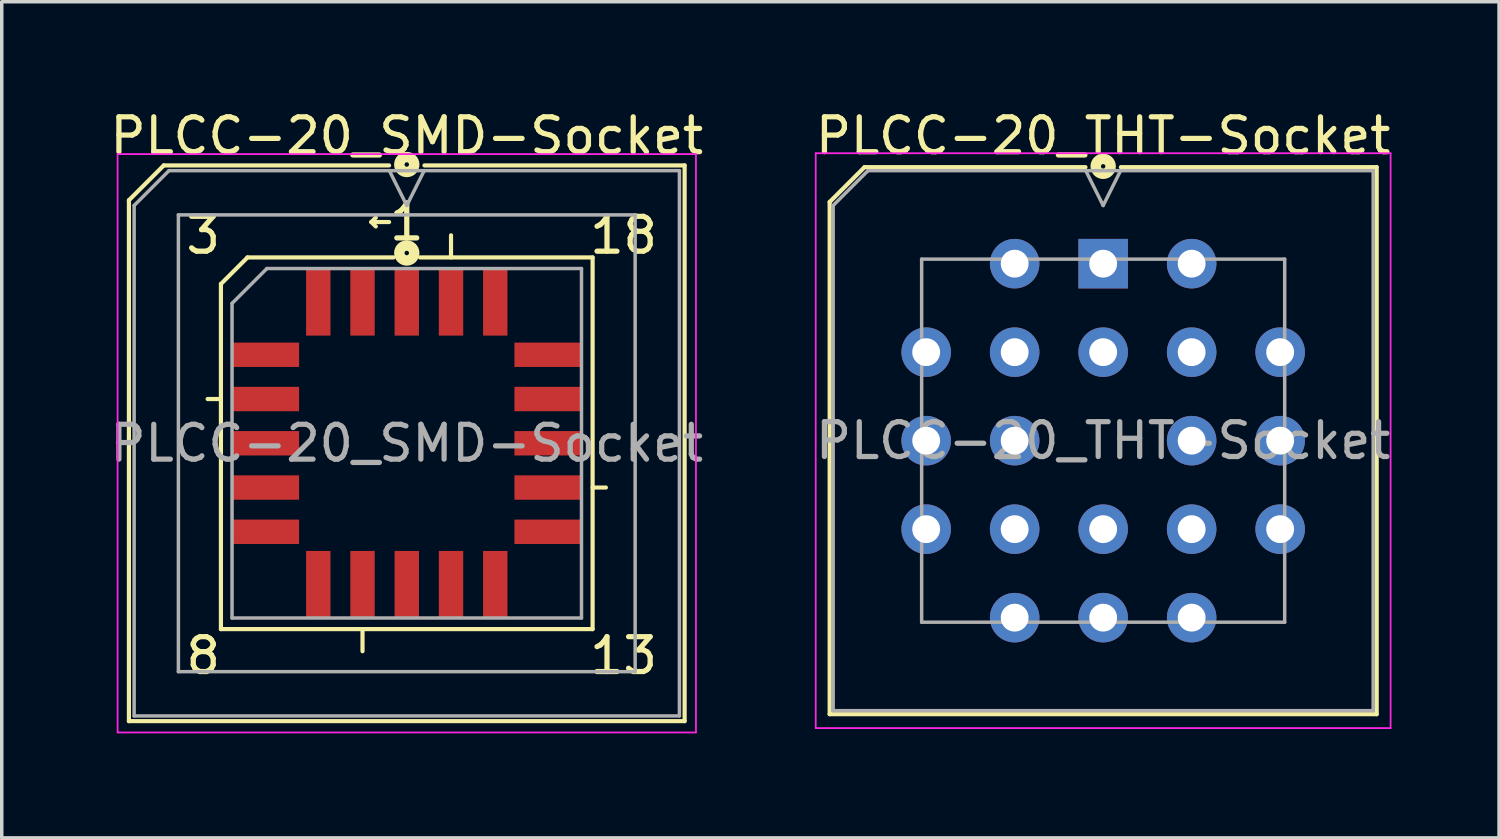
<source format=kicad_pcb>
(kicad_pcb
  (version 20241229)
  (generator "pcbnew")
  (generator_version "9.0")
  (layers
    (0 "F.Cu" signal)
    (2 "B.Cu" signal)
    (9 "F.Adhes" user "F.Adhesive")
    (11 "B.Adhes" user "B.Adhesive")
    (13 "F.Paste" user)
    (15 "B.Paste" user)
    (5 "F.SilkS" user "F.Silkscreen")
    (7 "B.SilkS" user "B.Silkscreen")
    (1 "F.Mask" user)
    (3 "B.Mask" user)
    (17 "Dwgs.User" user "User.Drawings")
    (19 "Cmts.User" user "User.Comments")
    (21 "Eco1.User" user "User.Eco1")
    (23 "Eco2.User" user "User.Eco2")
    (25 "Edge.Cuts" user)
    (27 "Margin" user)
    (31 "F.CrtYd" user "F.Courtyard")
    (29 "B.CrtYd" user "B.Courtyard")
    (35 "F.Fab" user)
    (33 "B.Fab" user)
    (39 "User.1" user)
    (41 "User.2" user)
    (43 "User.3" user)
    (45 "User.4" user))
  (footprint "PLCC-20_THT-Socket"
    (layer "F.Cu")
    (at 28.613 4.518)
    (property "Reference" "PLCC-20_THT-Socket" (at 0 -3.67 0) (layer "F.SilkS") (effects (font (size 1 1) (thickness 0.15))))
    (attr through_hole)
    (fp_line (start -7.85 -1.77) (end -7.85 12.93) (stroke (width 0.12) (type solid)) (layer "F.SilkS"))
    (fp_line (start -7.85 12.93) (end 7.85 12.93) (stroke (width 0.12) (type solid)) (layer "F.SilkS"))
    (fp_line (start -6.85 -2.77) (end -7.85 -1.77) (stroke (width 0.12) (type solid)) (layer "F.SilkS"))
    (fp_line (start -0.508 -2.77) (end -6.85 -2.77) (stroke (width 0.12) (type solid)) (layer "F.SilkS"))
    (fp_line (start 7.85 -2.77) (end 0.508 -2.77) (stroke (width 0.12) (type solid)) (layer "F.SilkS"))
    (fp_line (start 7.85 12.93) (end 7.85 -2.77) (stroke (width 0.12) (type solid)) (layer "F.SilkS"))
    (fp_circle (center 0 -2.794) (end 0.064 -2.794) (stroke (width 0.3) (type solid)) (fill no) (layer "F.SilkS"))
    (fp_line (start -8.25 -3.17) (end -8.25 13.33) (stroke (width 0.05) (type solid)) (layer "F.CrtYd"))
    (fp_line (start -8.25 13.33) (end 8.25 13.33) (stroke (width 0.05) (type solid)) (layer "F.CrtYd"))
    (fp_line (start 8.25 -3.17) (end -8.25 -3.17) (stroke (width 0.05) (type solid)) (layer "F.CrtYd"))
    (fp_line (start 8.25 13.33) (end 8.25 -3.17) (stroke (width 0.05) (type solid)) (layer "F.CrtYd"))
    (fp_line (start -7.75 -1.67) (end -7.75 12.83) (stroke (width 0.1) (type solid)) (layer "F.Fab"))
    (fp_line (start -7.75 12.83) (end 7.75 12.83) (stroke (width 0.1) (type solid)) (layer "F.Fab"))
    (fp_line (start -6.75 -2.67) (end -7.75 -1.67) (stroke (width 0.1) (type solid)) (layer "F.Fab"))
    (fp_line (start -5.21 -0.13) (end -5.21 10.29) (stroke (width 0.1) (type solid)) (layer "F.Fab"))
    (fp_line (start -5.21 10.29) (end 5.21 10.29) (stroke (width 0.1) (type solid)) (layer "F.Fab"))
    (fp_line (start -0.5 -2.67) (end 0 -1.67) (stroke (width 0.1) (type solid)) (layer "F.Fab"))
    (fp_line (start 0 -1.67) (end 0.5 -2.67) (stroke (width 0.1) (type solid)) (layer "F.Fab"))
    (fp_line (start 5.21 -0.13) (end -5.21 -0.13) (stroke (width 0.1) (type solid)) (layer "F.Fab"))
    (fp_line (start 5.21 10.29) (end 5.21 -0.13) (stroke (width 0.1) (type solid)) (layer "F.Fab"))
    (fp_line (start 7.75 -2.67) (end -6.75 -2.67) (stroke (width 0.1) (type solid)) (layer "F.Fab"))
    (fp_line (start 7.75 12.83) (end 7.75 -2.67) (stroke (width 0.1) (type solid)) (layer "F.Fab"))
    (fp_text user "${REFERENCE}" (at 0 5.08 0) (layer "F.Fab") (effects (font (size 1 1) (thickness 0.15))))
    (pad "1" thru_hole rect (at 0 0) (size 1.422 1.422) (drill 0.8) (layers "*.Cu" "*.Mask"))
    (pad "2" thru_hole circle (at 0 2.54) (size 1.422 1.422) (drill 0.8) (layers "*.Cu" "*.Mask"))
    (pad "3" thru_hole circle (at -2.54 0) (size 1.422 1.422) (drill 0.8) (layers "*.Cu" "*.Mask"))
    (pad "4" thru_hole circle (at -5.08 2.54) (size 1.422 1.422) (drill 0.8) (layers "*.Cu" "*.Mask"))
    (pad "5" thru_hole circle (at -2.54 2.54) (size 1.422 1.422) (drill 0.8) (layers "*.Cu" "*.Mask"))
    (pad "6" thru_hole circle (at -5.08 5.08) (size 1.422 1.422) (drill 0.8) (layers "*.Cu" "*.Mask"))
    (pad "7" thru_hole circle (at -2.54 5.08) (size 1.422 1.422) (drill 0.8) (layers "*.Cu" "*.Mask"))
    (pad "8" thru_hole circle (at -5.08 7.62) (size 1.422 1.422) (drill 0.8) (layers "*.Cu" "*.Mask"))
    (pad "9" thru_hole circle (at -2.54 10.16) (size 1.422 1.422) (drill 0.8) (layers "*.Cu" "*.Mask"))
    (pad "10" thru_hole circle (at -2.54 7.62) (size 1.422 1.422) (drill 0.8) (layers "*.Cu" "*.Mask"))
    (pad "11" thru_hole circle (at 0 10.16) (size 1.422 1.422) (drill 0.8) (layers "*.Cu" "*.Mask"))
    (pad "12" thru_hole circle (at 0 7.62) (size 1.422 1.422) (drill 0.8) (layers "*.Cu" "*.Mask"))
    (pad "13" thru_hole circle (at 2.54 10.16) (size 1.422 1.422) (drill 0.8) (layers "*.Cu" "*.Mask"))
    (pad "14" thru_hole circle (at 5.08 7.62) (size 1.422 1.422) (drill 0.8) (layers "*.Cu" "*.Mask"))
    (pad "15" thru_hole circle (at 2.54 7.62) (size 1.422 1.422) (drill 0.8) (layers "*.Cu" "*.Mask"))
    (pad "16" thru_hole circle (at 5.08 5.08) (size 1.422 1.422) (drill 0.8) (layers "*.Cu" "*.Mask"))
    (pad "17" thru_hole circle (at 2.54 5.08) (size 1.422 1.422) (drill 0.8) (layers "*.Cu" "*.Mask"))
    (pad "18" thru_hole circle (at 5.08 2.54) (size 1.422 1.422) (drill 0.8) (layers "*.Cu" "*.Mask"))
    (pad "19" thru_hole circle (at 2.54 0) (size 1.422 1.422) (drill 0.8) (layers "*.Cu" "*.Mask"))
    (pad "20" thru_hole circle (at 2.54 2.54) (size 1.422 1.422) (drill 0.8) (layers "*.Cu" "*.Mask")))
  (footprint "PLCC-20_SMD-Socket"
    (layer "F.Cu")
    (at 8.625 9.673)
    (property "Reference" "PLCC-20_SMD-Socket" (at 0 -8.825 0) (layer "F.SilkS") (effects (font (size 1 1) (thickness 0.15))))
    (attr smd)
    (fp_line (start -7.975 -6.975) (end -7.975 7.975) (stroke (width 0.12) (type solid)) (layer "F.SilkS"))
    (fp_line (start -7.975 7.975) (end 7.975 7.975) (stroke (width 0.12) (type solid)) (layer "F.SilkS"))
    (fp_line (start -6.975 -7.975) (end -7.975 -6.975) (stroke (width 0.12) (type solid)) (layer "F.SilkS"))
    (fp_line (start -5.461 -1.27) (end -5.715 -1.27) (stroke (width 0.12) (type solid)) (layer "F.SilkS"))
    (fp_line (start -5.334 -4.572) (end -5.334 5.334) (stroke (width 0.12) (type solid)) (layer "F.SilkS"))
    (fp_line (start -5.334 -1.27) (end -5.461 -1.27) (stroke (width 0.12) (type solid)) (layer "F.SilkS"))
    (fp_line (start -5.334 5.334) (end 5.334 5.334) (stroke (width 0.12) (type solid)) (layer "F.SilkS"))
    (fp_line (start -4.572 -5.334) (end -5.334 -4.572) (stroke (width 0.12) (type solid)) (layer "F.SilkS"))
    (fp_line (start -1.27 5.334) (end -1.27 5.969) (stroke (width 0.12) (type solid)) (layer "F.SilkS"))
    (fp_line (start -1.016 -6.35) (end -0.889 -6.477) (stroke (width 0.12) (type solid)) (layer "F.SilkS"))
    (fp_line (start -1.016 -6.35) (end -0.889 -6.223) (stroke (width 0.12) (type solid)) (layer "F.SilkS"))
    (fp_line (start -0.508 -7.975) (end -6.975 -7.975) (stroke (width 0.12) (type solid)) (layer "F.SilkS"))
    (fp_line (start -0.508 -6.35) (end -1.016 -6.35) (stroke (width 0.12) (type solid)) (layer "F.SilkS"))
    (fp_line (start -0.381 -5.334) (end -4.572 -5.334) (stroke (width 0.12) (type solid)) (layer "F.SilkS"))
    (fp_line (start 1.27 -5.334) (end 1.27 -5.969) (stroke (width 0.12) (type solid)) (layer "F.SilkS"))
    (fp_line (start 5.334 -5.334) (end 0.381 -5.334) (stroke (width 0.12) (type solid)) (layer "F.SilkS"))
    (fp_line (start 5.334 1.27) (end 5.715 1.27) (stroke (width 0.12) (type solid)) (layer "F.SilkS"))
    (fp_line (start 5.334 5.334) (end 5.334 -5.334) (stroke (width 0.12) (type solid)) (layer "F.SilkS"))
    (fp_line (start 7.975 -7.975) (end 0.508 -7.975) (stroke (width 0.12) (type solid)) (layer "F.SilkS"))
    (fp_line (start 7.975 7.975) (end 7.975 -7.975) (stroke (width 0.12) (type solid)) (layer "F.SilkS"))
    (fp_circle (center 0 -8.001) (end 0.064 -8.001) (stroke (width 0.3) (type solid)) (fill no) (layer "F.SilkS"))
    (fp_circle (center 0 -5.461) (end 0.064 -5.461) (stroke (width 0.3) (type solid)) (fill no) (layer "F.SilkS"))
    (fp_line (start -8.3 -8.3) (end -8.3 8.3) (stroke (width 0.05) (type solid)) (layer "F.CrtYd"))
    (fp_line (start -8.3 8.3) (end 8.3 8.3) (stroke (width 0.05) (type solid)) (layer "F.CrtYd"))
    (fp_line (start 8.3 -8.3) (end -8.3 -8.3) (stroke (width 0.05) (type solid)) (layer "F.CrtYd"))
    (fp_line (start 8.3 8.3) (end 8.3 -8.3) (stroke (width 0.05) (type solid)) (layer "F.CrtYd"))
    (fp_line (start -7.825 -6.825) (end -7.825 7.825) (stroke (width 0.1) (type solid)) (layer "F.Fab"))
    (fp_line (start -7.825 7.825) (end 7.825 7.825) (stroke (width 0.1) (type solid)) (layer "F.Fab"))
    (fp_line (start -6.825 -7.825) (end -7.825 -6.825) (stroke (width 0.1) (type solid)) (layer "F.Fab"))
    (fp_line (start -6.555 -6.555) (end -6.555 6.555) (stroke (width 0.1) (type solid)) (layer "F.Fab"))
    (fp_line (start -6.555 6.555) (end 6.555 6.555) (stroke (width 0.1) (type solid)) (layer "F.Fab"))
    (fp_line (start -5.015 -4.015) (end -5.015 5.015) (stroke (width 0.1) (type solid)) (layer "F.Fab"))
    (fp_line (start -5.015 5.015) (end 5.015 5.015) (stroke (width 0.1) (type solid)) (layer "F.Fab"))
    (fp_line (start -4.015 -5.015) (end -5.015 -4.015) (stroke (width 0.1) (type solid)) (layer "F.Fab"))
    (fp_line (start -0.5 -7.825) (end 0 -6.825) (stroke (width 0.1) (type solid)) (layer "F.Fab"))
    (fp_line (start 0 -6.825) (end 0.5 -7.825) (stroke (width 0.1) (type solid)) (layer "F.Fab"))
    (fp_line (start 5.015 -5.015) (end -4.015 -5.015) (stroke (width 0.1) (type solid)) (layer "F.Fab"))
    (fp_line (start 5.015 5.015) (end 5.015 -5.015) (stroke (width 0.1) (type solid)) (layer "F.Fab"))
    (fp_line (start 6.555 -6.555) (end -6.555 -6.555) (stroke (width 0.1) (type solid)) (layer "F.Fab"))
    (fp_line (start 6.555 6.555) (end 6.555 -6.555) (stroke (width 0.1) (type solid)) (layer "F.Fab"))
    (fp_line (start 7.825 -7.825) (end -6.825 -7.825) (stroke (width 0.1) (type solid)) (layer "F.Fab"))
    (fp_line (start 7.825 7.825) (end 7.825 -7.825) (stroke (width 0.1) (type solid)) (layer "F.Fab"))
    (fp_text user "13" (at 6.223 6.096 0) (unlocked yes) (layer "F.SilkS") (effects (font (size 1 1) (thickness 0.15))))
    (fp_text user "8" (at -5.842 6.096 0) (unlocked yes) (layer "F.SilkS") (effects (font (size 1 1) (thickness 0.15))))
    (fp_text user "18" (at 6.223 -5.969 0) (unlocked yes) (layer "F.SilkS") (effects (font (size 1 1) (thickness 0.15))))
    (fp_text user "3" (at -5.842 -5.969 0) (unlocked yes) (layer "F.SilkS") (effects (font (size 1 1) (thickness 0.15))))
    (fp_text user "1" (at 0 -6.35 0) (unlocked yes) (layer "F.SilkS") (effects (font (size 1 1) (thickness 0.15))))
    (fp_text user "${REFERENCE}" (at 0 0 0) (layer "F.Fab") (effects (font (size 1 1) (thickness 0.15))))
    (pad "1" smd rect (at 0 -4.053) (size 0.7 1.925) (layers "F.Cu" "F.Mask" "F.Paste"))
    (pad "2" smd rect (at -1.27 -4.053) (size 0.7 1.925) (layers "F.Cu" "F.Mask" "F.Paste"))
    (pad "3" smd rect (at -2.54 -4.053) (size 0.7 1.925) (layers "F.Cu" "F.Mask" "F.Paste"))
    (pad "4" smd rect (at -4.053 -2.54) (size 1.925 0.7) (layers "F.Cu" "F.Mask" "F.Paste"))
    (pad "5" smd rect (at -4.053 -1.27) (size 1.925 0.7) (layers "F.Cu" "F.Mask" "F.Paste"))
    (pad "6" smd rect (at -4.053 0) (size 1.925 0.7) (layers "F.Cu" "F.Mask" "F.Paste"))
    (pad "7" smd rect (at -4.053 1.27) (size 1.925 0.7) (layers "F.Cu" "F.Mask" "F.Paste"))
    (pad "8" smd rect (at -4.053 2.54) (size 1.925 0.7) (layers "F.Cu" "F.Mask" "F.Paste"))
    (pad "9" smd rect (at -2.54 4.053) (size 0.7 1.925) (layers "F.Cu" "F.Mask" "F.Paste"))
    (pad "10" smd rect (at -1.27 4.053) (size 0.7 1.925) (layers "F.Cu" "F.Mask" "F.Paste"))
    (pad "11" smd rect (at 0 4.053) (size 0.7 1.925) (layers "F.Cu" "F.Mask" "F.Paste"))
    (pad "12" smd rect (at 1.27 4.053) (size 0.7 1.925) (layers "F.Cu" "F.Mask" "F.Paste"))
    (pad "13" smd rect (at 2.54 4.053) (size 0.7 1.925) (layers "F.Cu" "F.Mask" "F.Paste"))
    (pad "14" smd rect (at 4.053 2.54) (size 1.925 0.7) (layers "F.Cu" "F.Mask" "F.Paste"))
    (pad "15" smd rect (at 4.053 1.27) (size 1.925 0.7) (layers "F.Cu" "F.Mask" "F.Paste"))
    (pad "16" smd rect (at 4.053 0) (size 1.925 0.7) (layers "F.Cu" "F.Mask" "F.Paste"))
    (pad "17" smd rect (at 4.053 -1.27) (size 1.925 0.7) (layers "F.Cu" "F.Mask" "F.Paste"))
    (pad "18" smd rect (at 4.053 -2.54) (size 1.925 0.7) (layers "F.Cu" "F.Mask" "F.Paste"))
    (pad "19" smd rect (at 2.54 -4.053) (size 0.7 1.925) (layers "F.Cu" "F.Mask" "F.Paste"))
    (pad "20" smd rect (at 1.27 -4.053) (size 0.7 1.925) (layers "F.Cu" "F.Mask" "F.Paste")))
  (gr_rect
    (start -3 -3)
    (end 39.976 20.998)
    (stroke (width 0.1) (type default))
    (fill no)
    (layer "Edge.Cuts")))
</source>
